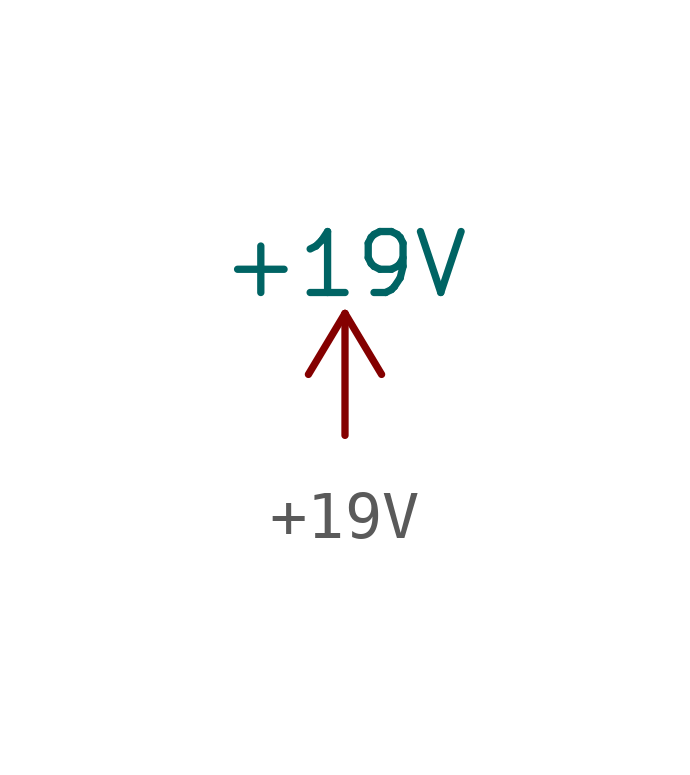
<source format=kicad_sym>
(kicad_symbol_lib
  (version 20220914)
  (generator kicad_symbol_editor)
  (symbol "+19V"
    (power)
    (pin_names
      (offset 0))
    (property "Reference" "#PWR"
      (at 0 -3.81 0)
      (effects (font (size 1.27 1.27)) hide))
    (property "Value" "+19V"
      (at 0 3.556 0)
      (effects (font (size 1.27 1.27))))
    (symbol "+19V_0_1"
      (polyline (pts (xy -0.762 1.27) (xy 0 2.54)) (stroke (width 0) (type default)) (fill (type none)))
      (polyline (pts (xy 0 0) (xy 0 2.54)) (stroke (width 0) (type default)) (fill (type none)))
      (polyline (pts (xy 0 2.54) (xy 0.762 1.27)) (stroke (width 0) (type default)) (fill (type none))))
    (symbol "+19V_1_1"
      (pin power_in line (at 0 0 90) (length 0) hide (name "+19V" (effects (font (size 1.27 1.27)))) (number "1" (effects (font (size 1.27 1.27))))))))
</source>
